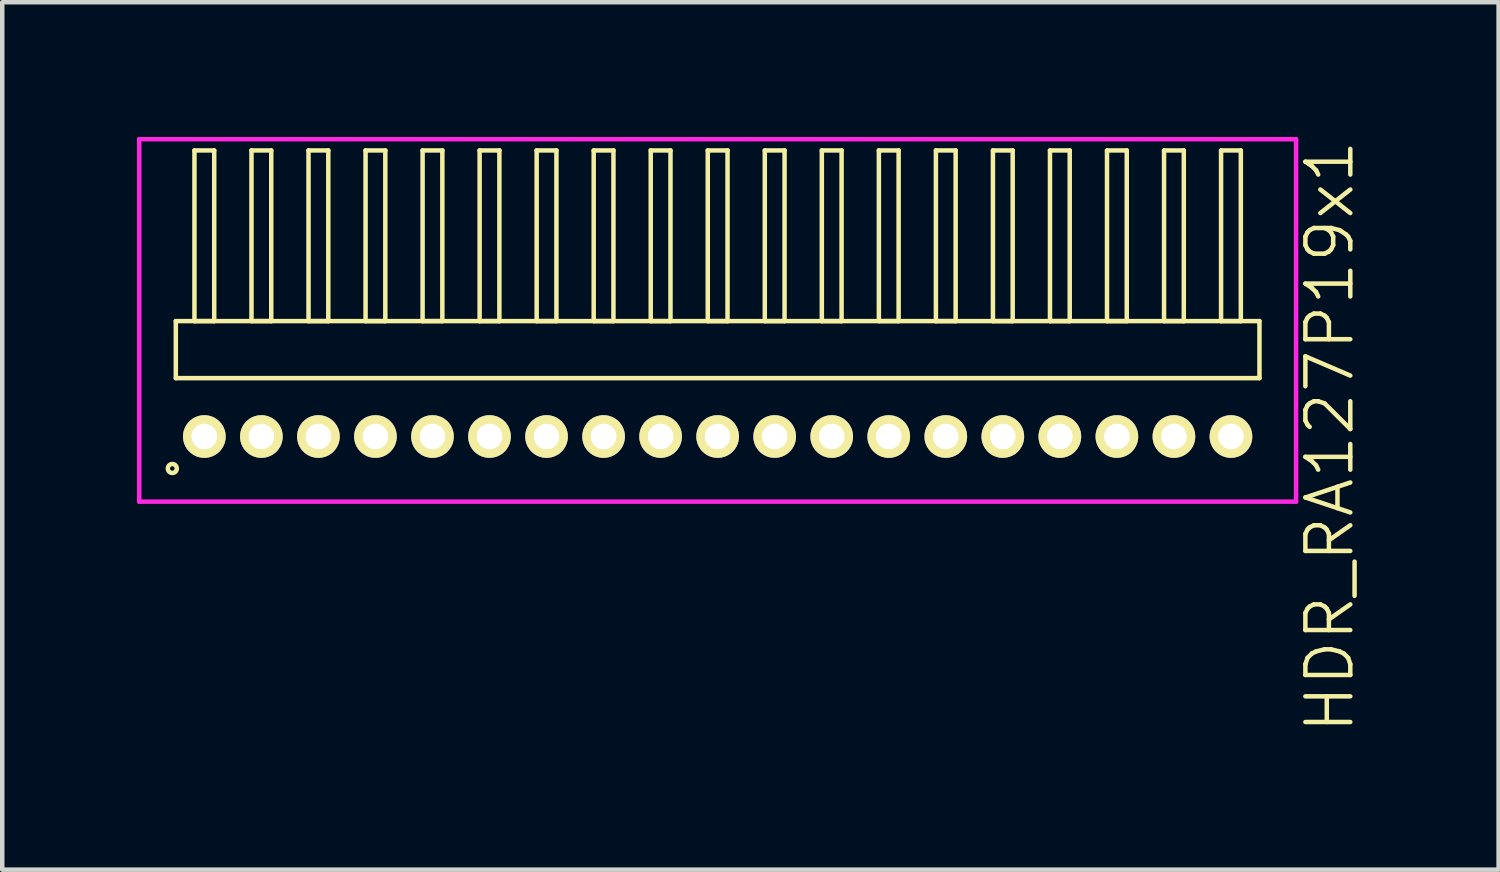
<source format=kicad_pcb>
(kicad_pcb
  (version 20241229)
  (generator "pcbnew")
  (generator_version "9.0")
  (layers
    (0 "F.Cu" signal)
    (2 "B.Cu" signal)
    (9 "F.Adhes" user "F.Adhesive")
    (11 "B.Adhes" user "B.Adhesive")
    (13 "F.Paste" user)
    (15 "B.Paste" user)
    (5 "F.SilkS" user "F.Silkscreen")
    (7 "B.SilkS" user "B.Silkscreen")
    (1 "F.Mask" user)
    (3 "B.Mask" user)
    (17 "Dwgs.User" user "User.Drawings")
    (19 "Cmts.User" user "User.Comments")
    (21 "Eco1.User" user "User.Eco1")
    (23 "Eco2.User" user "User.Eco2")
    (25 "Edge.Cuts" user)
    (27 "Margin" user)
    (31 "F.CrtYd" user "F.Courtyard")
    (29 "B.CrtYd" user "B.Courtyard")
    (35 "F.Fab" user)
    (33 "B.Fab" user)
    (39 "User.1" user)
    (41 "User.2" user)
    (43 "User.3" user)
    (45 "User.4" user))
  (footprint "HDR_RA127P19x1"
    (layer "F.Cu")
    (at 12.93 6.67)
    (property "Reference" "HDR_RA127P19x1" (at 13.63 0 90) (layer "F.SilkS") (effects (font (size 1 1) (thickness 0.1))))
    (attr through_hole)
    (fp_line (start -12.065 -2.57) (end -12.065 -1.3) (stroke (width 0.1) (type solid)) (layer "F.SilkS"))
    (fp_line (start -12.065 -1.3) (end 12.065 -1.3) (stroke (width 0.1) (type solid)) (layer "F.SilkS"))
    (fp_line (start -11.65 -6.37) (end -11.65 -2.57) (stroke (width 0.1) (type solid)) (layer "F.SilkS"))
    (fp_line (start -11.65 -2.57) (end -11.21 -2.57) (stroke (width 0.1) (type solid)) (layer "F.SilkS"))
    (fp_line (start -11.21 -6.37) (end -11.65 -6.37) (stroke (width 0.1) (type solid)) (layer "F.SilkS"))
    (fp_line (start -11.21 -2.57) (end -11.21 -6.37) (stroke (width 0.1) (type solid)) (layer "F.SilkS"))
    (fp_line (start -10.38 -6.37) (end -10.38 -2.57) (stroke (width 0.1) (type solid)) (layer "F.SilkS"))
    (fp_line (start -10.38 -2.57) (end -9.94 -2.57) (stroke (width 0.1) (type solid)) (layer "F.SilkS"))
    (fp_line (start -9.94 -6.37) (end -10.38 -6.37) (stroke (width 0.1) (type solid)) (layer "F.SilkS"))
    (fp_line (start -9.94 -2.57) (end -9.94 -6.37) (stroke (width 0.1) (type solid)) (layer "F.SilkS"))
    (fp_line (start -9.11 -6.37) (end -9.11 -2.57) (stroke (width 0.1) (type solid)) (layer "F.SilkS"))
    (fp_line (start -9.11 -2.57) (end -8.67 -2.57) (stroke (width 0.1) (type solid)) (layer "F.SilkS"))
    (fp_line (start -8.67 -6.37) (end -9.11 -6.37) (stroke (width 0.1) (type solid)) (layer "F.SilkS"))
    (fp_line (start -8.67 -2.57) (end -8.67 -6.37) (stroke (width 0.1) (type solid)) (layer "F.SilkS"))
    (fp_line (start -7.84 -6.37) (end -7.84 -2.57) (stroke (width 0.1) (type solid)) (layer "F.SilkS"))
    (fp_line (start -7.84 -2.57) (end -7.4 -2.57) (stroke (width 0.1) (type solid)) (layer "F.SilkS"))
    (fp_line (start -7.4 -6.37) (end -7.84 -6.37) (stroke (width 0.1) (type solid)) (layer "F.SilkS"))
    (fp_line (start -7.4 -2.57) (end -7.4 -6.37) (stroke (width 0.1) (type solid)) (layer "F.SilkS"))
    (fp_line (start -6.57 -6.37) (end -6.57 -2.57) (stroke (width 0.1) (type solid)) (layer "F.SilkS"))
    (fp_line (start -6.57 -2.57) (end -6.13 -2.57) (stroke (width 0.1) (type solid)) (layer "F.SilkS"))
    (fp_line (start -6.13 -6.37) (end -6.57 -6.37) (stroke (width 0.1) (type solid)) (layer "F.SilkS"))
    (fp_line (start -6.13 -2.57) (end -6.13 -6.37) (stroke (width 0.1) (type solid)) (layer "F.SilkS"))
    (fp_line (start -5.3 -6.37) (end -5.3 -2.57) (stroke (width 0.1) (type solid)) (layer "F.SilkS"))
    (fp_line (start -5.3 -2.57) (end -4.86 -2.57) (stroke (width 0.1) (type solid)) (layer "F.SilkS"))
    (fp_line (start -4.86 -6.37) (end -5.3 -6.37) (stroke (width 0.1) (type solid)) (layer "F.SilkS"))
    (fp_line (start -4.86 -2.57) (end -4.86 -6.37) (stroke (width 0.1) (type solid)) (layer "F.SilkS"))
    (fp_line (start -4.03 -6.37) (end -4.03 -2.57) (stroke (width 0.1) (type solid)) (layer "F.SilkS"))
    (fp_line (start -4.03 -2.57) (end -3.59 -2.57) (stroke (width 0.1) (type solid)) (layer "F.SilkS"))
    (fp_line (start -3.59 -6.37) (end -4.03 -6.37) (stroke (width 0.1) (type solid)) (layer "F.SilkS"))
    (fp_line (start -3.59 -2.57) (end -3.59 -6.37) (stroke (width 0.1) (type solid)) (layer "F.SilkS"))
    (fp_line (start -2.76 -6.37) (end -2.76 -2.57) (stroke (width 0.1) (type solid)) (layer "F.SilkS"))
    (fp_line (start -2.76 -2.57) (end -2.32 -2.57) (stroke (width 0.1) (type solid)) (layer "F.SilkS"))
    (fp_line (start -2.32 -6.37) (end -2.76 -6.37) (stroke (width 0.1) (type solid)) (layer "F.SilkS"))
    (fp_line (start -2.32 -2.57) (end -2.32 -6.37) (stroke (width 0.1) (type solid)) (layer "F.SilkS"))
    (fp_line (start -1.49 -6.37) (end -1.49 -2.57) (stroke (width 0.1) (type solid)) (layer "F.SilkS"))
    (fp_line (start -1.49 -2.57) (end -1.05 -2.57) (stroke (width 0.1) (type solid)) (layer "F.SilkS"))
    (fp_line (start -1.05 -6.37) (end -1.49 -6.37) (stroke (width 0.1) (type solid)) (layer "F.SilkS"))
    (fp_line (start -1.05 -2.57) (end -1.05 -6.37) (stroke (width 0.1) (type solid)) (layer "F.SilkS"))
    (fp_line (start -0.22 -6.37) (end -0.22 -2.57) (stroke (width 0.1) (type solid)) (layer "F.SilkS"))
    (fp_line (start -0.22 -2.57) (end 0.22 -2.57) (stroke (width 0.1) (type solid)) (layer "F.SilkS"))
    (fp_line (start 0.22 -6.37) (end -0.22 -6.37) (stroke (width 0.1) (type solid)) (layer "F.SilkS"))
    (fp_line (start 0.22 -2.57) (end 0.22 -6.37) (stroke (width 0.1) (type solid)) (layer "F.SilkS"))
    (fp_line (start 1.05 -6.37) (end 1.05 -2.57) (stroke (width 0.1) (type solid)) (layer "F.SilkS"))
    (fp_line (start 1.05 -2.57) (end 1.49 -2.57) (stroke (width 0.1) (type solid)) (layer "F.SilkS"))
    (fp_line (start 1.49 -6.37) (end 1.05 -6.37) (stroke (width 0.1) (type solid)) (layer "F.SilkS"))
    (fp_line (start 1.49 -2.57) (end 1.49 -6.37) (stroke (width 0.1) (type solid)) (layer "F.SilkS"))
    (fp_line (start 2.32 -6.37) (end 2.32 -2.57) (stroke (width 0.1) (type solid)) (layer "F.SilkS"))
    (fp_line (start 2.32 -2.57) (end 2.76 -2.57) (stroke (width 0.1) (type solid)) (layer "F.SilkS"))
    (fp_line (start 2.76 -6.37) (end 2.32 -6.37) (stroke (width 0.1) (type solid)) (layer "F.SilkS"))
    (fp_line (start 2.76 -2.57) (end 2.76 -6.37) (stroke (width 0.1) (type solid)) (layer "F.SilkS"))
    (fp_line (start 3.59 -6.37) (end 3.59 -2.57) (stroke (width 0.1) (type solid)) (layer "F.SilkS"))
    (fp_line (start 3.59 -2.57) (end 4.03 -2.57) (stroke (width 0.1) (type solid)) (layer "F.SilkS"))
    (fp_line (start 4.03 -6.37) (end 3.59 -6.37) (stroke (width 0.1) (type solid)) (layer "F.SilkS"))
    (fp_line (start 4.03 -2.57) (end 4.03 -6.37) (stroke (width 0.1) (type solid)) (layer "F.SilkS"))
    (fp_line (start 4.86 -6.37) (end 4.86 -2.57) (stroke (width 0.1) (type solid)) (layer "F.SilkS"))
    (fp_line (start 4.86 -2.57) (end 5.3 -2.57) (stroke (width 0.1) (type solid)) (layer "F.SilkS"))
    (fp_line (start 5.3 -6.37) (end 4.86 -6.37) (stroke (width 0.1) (type solid)) (layer "F.SilkS"))
    (fp_line (start 5.3 -2.57) (end 5.3 -6.37) (stroke (width 0.1) (type solid)) (layer "F.SilkS"))
    (fp_line (start 6.13 -6.37) (end 6.13 -2.57) (stroke (width 0.1) (type solid)) (layer "F.SilkS"))
    (fp_line (start 6.13 -2.57) (end 6.57 -2.57) (stroke (width 0.1) (type solid)) (layer "F.SilkS"))
    (fp_line (start 6.57 -6.37) (end 6.13 -6.37) (stroke (width 0.1) (type solid)) (layer "F.SilkS"))
    (fp_line (start 6.57 -2.57) (end 6.57 -6.37) (stroke (width 0.1) (type solid)) (layer "F.SilkS"))
    (fp_line (start 7.4 -6.37) (end 7.4 -2.57) (stroke (width 0.1) (type solid)) (layer "F.SilkS"))
    (fp_line (start 7.4 -2.57) (end 7.84 -2.57) (stroke (width 0.1) (type solid)) (layer "F.SilkS"))
    (fp_line (start 7.84 -6.37) (end 7.4 -6.37) (stroke (width 0.1) (type solid)) (layer "F.SilkS"))
    (fp_line (start 7.84 -2.57) (end 7.84 -6.37) (stroke (width 0.1) (type solid)) (layer "F.SilkS"))
    (fp_line (start 8.67 -6.37) (end 8.67 -2.57) (stroke (width 0.1) (type solid)) (layer "F.SilkS"))
    (fp_line (start 8.67 -2.57) (end 9.11 -2.57) (stroke (width 0.1) (type solid)) (layer "F.SilkS"))
    (fp_line (start 9.11 -6.37) (end 8.67 -6.37) (stroke (width 0.1) (type solid)) (layer "F.SilkS"))
    (fp_line (start 9.11 -2.57) (end 9.11 -6.37) (stroke (width 0.1) (type solid)) (layer "F.SilkS"))
    (fp_line (start 9.94 -6.37) (end 9.94 -2.57) (stroke (width 0.1) (type solid)) (layer "F.SilkS"))
    (fp_line (start 9.94 -2.57) (end 10.38 -2.57) (stroke (width 0.1) (type solid)) (layer "F.SilkS"))
    (fp_line (start 10.38 -6.37) (end 9.94 -6.37) (stroke (width 0.1) (type solid)) (layer "F.SilkS"))
    (fp_line (start 10.38 -2.57) (end 10.38 -6.37) (stroke (width 0.1) (type solid)) (layer "F.SilkS"))
    (fp_line (start 11.21 -6.37) (end 11.21 -2.57) (stroke (width 0.1) (type solid)) (layer "F.SilkS"))
    (fp_line (start 11.21 -2.57) (end 11.65 -2.57) (stroke (width 0.1) (type solid)) (layer "F.SilkS"))
    (fp_line (start 11.65 -6.37) (end 11.21 -6.37) (stroke (width 0.1) (type solid)) (layer "F.SilkS"))
    (fp_line (start 11.65 -2.57) (end 11.65 -6.37) (stroke (width 0.1) (type solid)) (layer "F.SilkS"))
    (fp_line (start 12.065 -2.57) (end -12.065 -2.57) (stroke (width 0.1) (type solid)) (layer "F.SilkS"))
    (fp_line (start 12.065 -1.3) (end 12.065 -2.57) (stroke (width 0.1) (type solid)) (layer "F.SilkS"))
    (fp_circle (center -12.143 0.712) (end -12.043 0.712) (stroke (width 0.1) (type solid)) (fill no) (layer "F.SilkS"))
    (fp_line (start -12.88 -6.62) (end -12.88 1.45) (stroke (width 0.1) (type solid)) (layer "F.CrtYd"))
    (fp_line (start -12.88 1.45) (end 12.88 1.45) (stroke (width 0.1) (type solid)) (layer "F.CrtYd"))
    (fp_line (start 12.88 -6.62) (end -12.88 -6.62) (stroke (width 0.1) (type solid)) (layer "F.CrtYd"))
    (fp_line (start 12.88 1.45) (end 12.88 -6.62) (stroke (width 0.1) (type solid)) (layer "F.CrtYd"))
    (pad "1" thru_hole oval (at -11.43 0) (size 0.95 0.95) (drill 0.57) (layers "*.Cu" "*.Mask" "F.SilkS"))
    (pad "2" thru_hole oval (at -10.16 0) (size 0.95 0.95) (drill 0.57) (layers "*.Cu" "*.Mask" "F.SilkS"))
    (pad "3" thru_hole oval (at -8.89 0) (size 0.95 0.95) (drill 0.57) (layers "*.Cu" "*.Mask" "F.SilkS"))
    (pad "4" thru_hole oval (at -7.62 0) (size 0.95 0.95) (drill 0.57) (layers "*.Cu" "*.Mask" "F.SilkS"))
    (pad "5" thru_hole oval (at -6.35 0) (size 0.95 0.95) (drill 0.57) (layers "*.Cu" "*.Mask" "F.SilkS"))
    (pad "6" thru_hole oval (at -5.08 0) (size 0.95 0.95) (drill 0.57) (layers "*.Cu" "*.Mask" "F.SilkS"))
    (pad "7" thru_hole oval (at -3.81 0) (size 0.95 0.95) (drill 0.57) (layers "*.Cu" "*.Mask" "F.SilkS"))
    (pad "8" thru_hole oval (at -2.54 0) (size 0.95 0.95) (drill 0.57) (layers "*.Cu" "*.Mask" "F.SilkS"))
    (pad "9" thru_hole oval (at -1.27 0) (size 0.95 0.95) (drill 0.57) (layers "*.Cu" "*.Mask" "F.SilkS"))
    (pad "10" thru_hole oval (at 0 0) (size 0.95 0.95) (drill 0.57) (layers "*.Cu" "*.Mask" "F.SilkS"))
    (pad "11" thru_hole oval (at 1.27 0) (size 0.95 0.95) (drill 0.57) (layers "*.Cu" "*.Mask" "F.SilkS"))
    (pad "12" thru_hole oval (at 2.54 0) (size 0.95 0.95) (drill 0.57) (layers "*.Cu" "*.Mask" "F.SilkS"))
    (pad "13" thru_hole oval (at 3.81 0) (size 0.95 0.95) (drill 0.57) (layers "*.Cu" "*.Mask" "F.SilkS"))
    (pad "14" thru_hole oval (at 5.08 0) (size 0.95 0.95) (drill 0.57) (layers "*.Cu" "*.Mask" "F.SilkS"))
    (pad "15" thru_hole oval (at 6.35 0) (size 0.95 0.95) (drill 0.57) (layers "*.Cu" "*.Mask" "F.SilkS"))
    (pad "16" thru_hole oval (at 7.62 0) (size 0.95 0.95) (drill 0.57) (layers "*.Cu" "*.Mask" "F.SilkS"))
    (pad "17" thru_hole oval (at 8.89 0) (size 0.95 0.95) (drill 0.57) (layers "*.Cu" "*.Mask" "F.SilkS"))
    (pad "18" thru_hole oval (at 10.16 0) (size 0.95 0.95) (drill 0.57) (layers "*.Cu" "*.Mask" "F.SilkS"))
    (pad "19" thru_hole oval (at 11.43 0) (size 0.95 0.95) (drill 0.57) (layers "*.Cu" "*.Mask" "F.SilkS")))
  (gr_rect
    (start -3 -3)
    (end 30.32 16.315)
    (stroke (width 0.1) (type default))
    (fill no)
    (layer "Edge.Cuts")))
</source>
